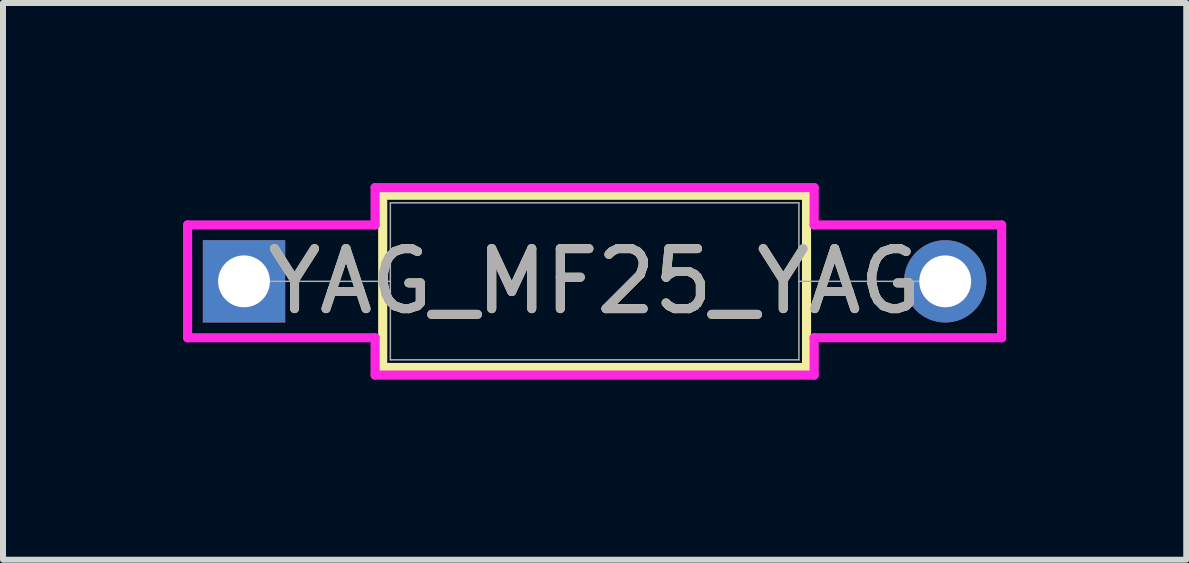
<source format=kicad_pcb>
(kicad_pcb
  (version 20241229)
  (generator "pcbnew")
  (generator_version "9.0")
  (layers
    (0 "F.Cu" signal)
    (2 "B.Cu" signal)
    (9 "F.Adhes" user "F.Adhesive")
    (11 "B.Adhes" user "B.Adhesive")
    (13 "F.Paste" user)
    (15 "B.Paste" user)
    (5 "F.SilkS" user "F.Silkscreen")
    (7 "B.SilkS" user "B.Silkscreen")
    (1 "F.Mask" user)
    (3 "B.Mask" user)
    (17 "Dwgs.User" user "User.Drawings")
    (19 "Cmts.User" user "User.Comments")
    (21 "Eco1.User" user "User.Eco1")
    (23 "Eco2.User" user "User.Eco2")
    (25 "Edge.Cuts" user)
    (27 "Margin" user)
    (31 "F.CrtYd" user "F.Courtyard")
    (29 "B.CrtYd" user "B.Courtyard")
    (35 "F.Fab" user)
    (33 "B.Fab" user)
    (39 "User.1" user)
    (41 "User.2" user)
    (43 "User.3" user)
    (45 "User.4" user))
  (footprint "YAG_MF25_YAG"
    (layer "F.Cu")
    (at 1.016 1.638)
    (property "Reference" "YAG_MF25_YAG" (at 5.842 0 0) (unlocked yes) (layer "F.SilkS") (effects (font (size 1 1) (thickness 0.15))))
    (attr through_hole)
    (fp_line (start 2.311 -1.435) (end 2.311 1.435) (stroke (width 0.152) (type solid)) (layer "F.SilkS"))
    (fp_line (start 2.311 1.435) (end 9.373 1.435) (stroke (width 0.152) (type solid)) (layer "F.SilkS"))
    (fp_line (start 9.373 -1.435) (end 2.311 -1.435) (stroke (width 0.152) (type solid)) (layer "F.SilkS"))
    (fp_line (start 9.373 1.435) (end 9.373 -1.435) (stroke (width 0.152) (type solid)) (layer "F.SilkS"))
    (fp_line (start -0.94 -0.94) (end 2.184 -0.94) (stroke (width 0.152) (type solid)) (layer "F.CrtYd"))
    (fp_line (start -0.94 0.94) (end -0.94 -0.94) (stroke (width 0.152) (type solid)) (layer "F.CrtYd"))
    (fp_line (start 2.184 -1.562) (end 9.5 -1.562) (stroke (width 0.152) (type solid)) (layer "F.CrtYd"))
    (fp_line (start 2.184 -0.94) (end 2.184 -1.562) (stroke (width 0.152) (type solid)) (layer "F.CrtYd"))
    (fp_line (start 2.184 0.94) (end -0.94 0.94) (stroke (width 0.152) (type solid)) (layer "F.CrtYd"))
    (fp_line (start 2.184 1.562) (end 2.184 0.94) (stroke (width 0.152) (type solid)) (layer "F.CrtYd"))
    (fp_line (start 9.5 -1.562) (end 9.5 -0.94) (stroke (width 0.152) (type solid)) (layer "F.CrtYd"))
    (fp_line (start 9.5 -0.94) (end 12.624 -0.94) (stroke (width 0.152) (type solid)) (layer "F.CrtYd"))
    (fp_line (start 9.5 0.94) (end 9.5 1.562) (stroke (width 0.152) (type solid)) (layer "F.CrtYd"))
    (fp_line (start 9.5 1.562) (end 2.184 1.562) (stroke (width 0.152) (type solid)) (layer "F.CrtYd"))
    (fp_line (start 12.624 -0.94) (end 12.624 0.94) (stroke (width 0.152) (type solid)) (layer "F.CrtYd"))
    (fp_line (start 12.624 0.94) (end 9.5 0.94) (stroke (width 0.152) (type solid)) (layer "F.CrtYd"))
    (fp_line (start 0 0) (end 2.438 0) (stroke (width 0.025) (type solid)) (layer "F.Fab"))
    (fp_line (start 2.438 -1.308) (end 2.438 1.308) (stroke (width 0.025) (type solid)) (layer "F.Fab"))
    (fp_line (start 2.438 1.308) (end 9.246 1.308) (stroke (width 0.025) (type solid)) (layer "F.Fab"))
    (fp_line (start 9.246 -1.308) (end 2.438 -1.308) (stroke (width 0.025) (type solid)) (layer "F.Fab"))
    (fp_line (start 9.246 1.308) (end 9.246 -1.308) (stroke (width 0.025) (type solid)) (layer "F.Fab"))
    (fp_line (start 11.684 0) (end 9.246 0) (stroke (width 0.025) (type solid)) (layer "F.Fab"))
    (fp_text user "${REFERENCE}" (at 5.842 0 0) (unlocked yes) (layer "F.Fab") (effects (font (size 1 1) (thickness 0.15))))
    (pad "1" thru_hole rect (at 0 0) (size 1.372 1.372) (drill 0.864) (layers "*.Cu" "*.Mask"))
    (pad "2" thru_hole circle (at 11.684 0) (size 1.372 1.372) (drill 0.864) (layers "*.Cu" "*.Mask")))
  (gr_rect
    (start -3 -3)
    (end 16.716 6.277)
    (stroke (width 0.1) (type default))
    (fill no)
    (layer "Edge.Cuts")))
</source>
